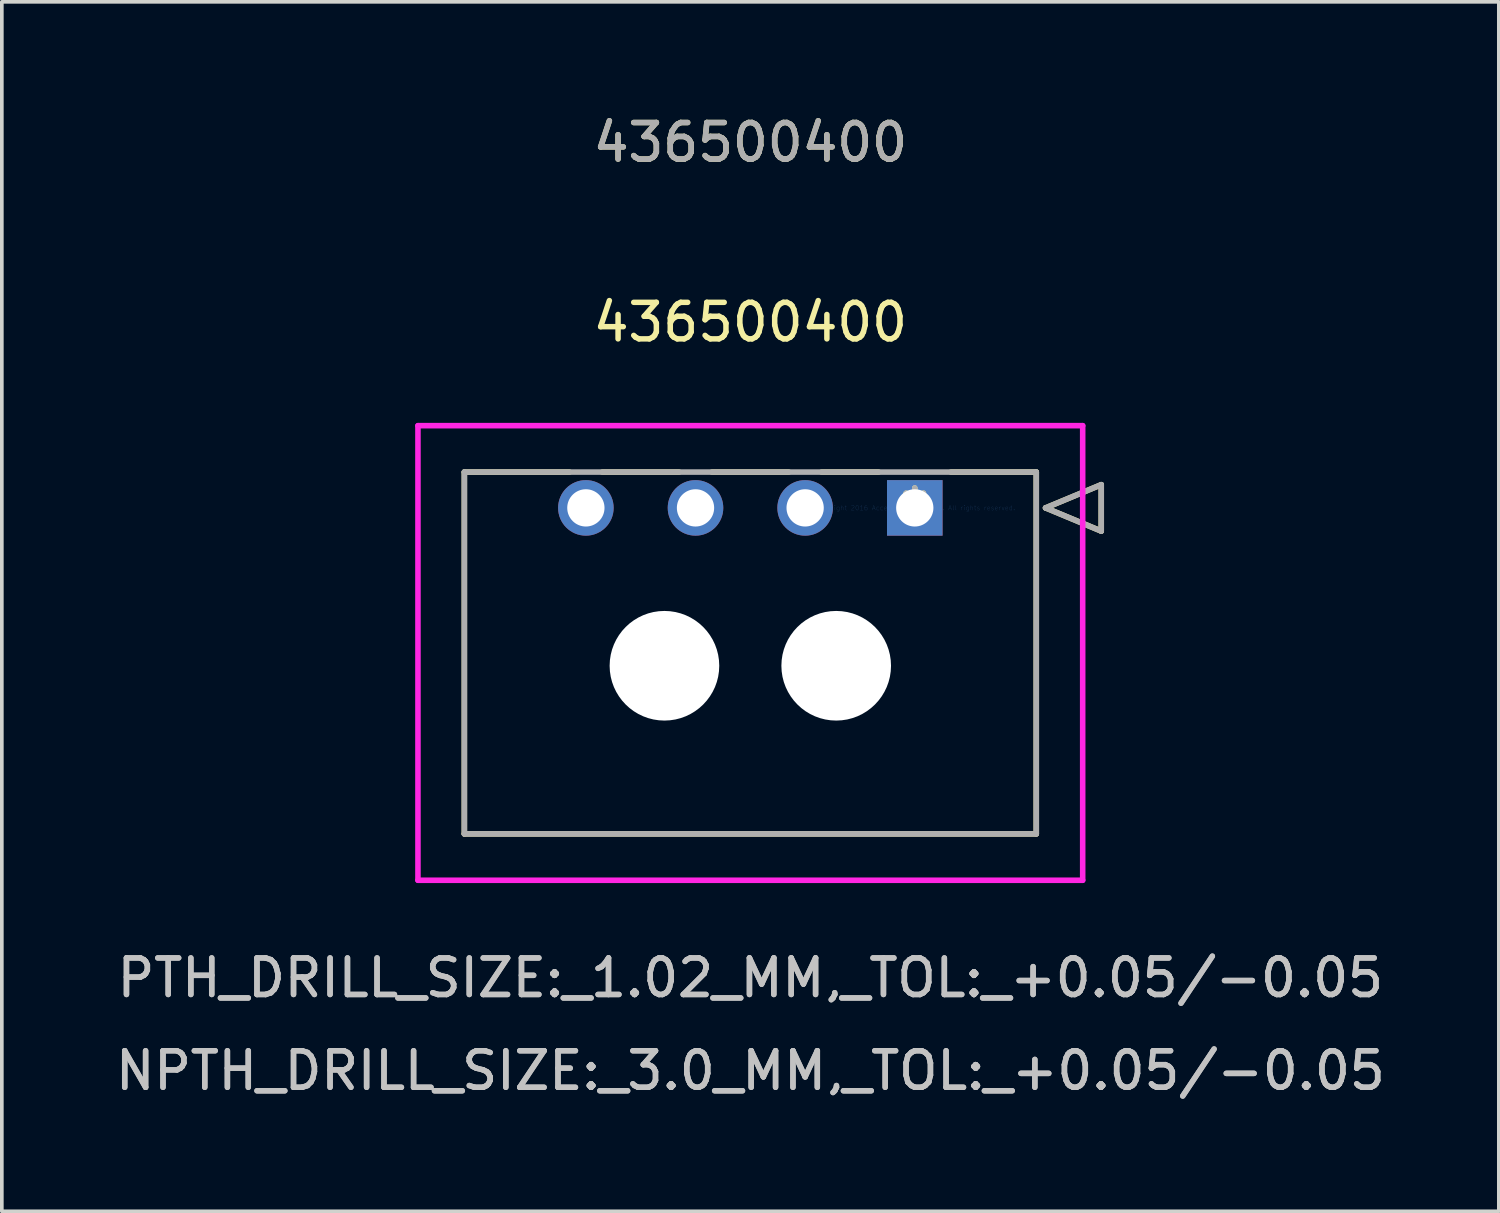
<source format=kicad_pcb>
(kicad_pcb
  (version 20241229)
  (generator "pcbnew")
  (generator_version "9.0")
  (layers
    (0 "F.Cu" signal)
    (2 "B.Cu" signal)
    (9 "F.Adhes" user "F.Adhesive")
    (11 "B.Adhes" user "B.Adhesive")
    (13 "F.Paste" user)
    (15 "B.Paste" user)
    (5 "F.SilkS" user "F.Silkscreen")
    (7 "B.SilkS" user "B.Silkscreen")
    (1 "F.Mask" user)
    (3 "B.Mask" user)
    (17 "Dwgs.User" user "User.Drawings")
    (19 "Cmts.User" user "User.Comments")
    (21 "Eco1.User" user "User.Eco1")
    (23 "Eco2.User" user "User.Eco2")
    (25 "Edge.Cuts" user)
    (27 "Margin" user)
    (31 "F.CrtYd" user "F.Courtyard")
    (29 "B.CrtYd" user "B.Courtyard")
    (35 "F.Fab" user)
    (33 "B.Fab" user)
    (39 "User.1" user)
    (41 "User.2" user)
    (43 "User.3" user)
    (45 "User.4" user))
  (footprint "436500400"
    (layer "F.Cu")
    (at 21.982 10.848)
    (property "Reference" "436500400" (at -4.5 -5.08 0) (layer "F.SilkS") (effects (font (size 1 1) (thickness 0.15))))
    (attr through_hole)
    (fp_line (start -12.325 -0.98) (end -12.325 8.92) (stroke (width 0.152) (type solid)) (layer "F.SilkS"))
    (fp_line (start -12.325 8.92) (end 3.325 8.92) (stroke (width 0.152) (type solid)) (layer "F.SilkS"))
    (fp_line (start -9.448 -0.98) (end -12.325 -0.98) (stroke (width 0.152) (type solid)) (layer "F.SilkS"))
    (fp_line (start -6.448 -0.98) (end -8.552 -0.98) (stroke (width 0.152) (type solid)) (layer "F.SilkS"))
    (fp_line (start -3.448 -0.98) (end -5.552 -0.98) (stroke (width 0.152) (type solid)) (layer "F.SilkS"))
    (fp_line (start -0.989 -0.98) (end -2.552 -0.98) (stroke (width 0.152) (type solid)) (layer "F.SilkS"))
    (fp_line (start 3.325 -0.98) (end 0.989 -0.98) (stroke (width 0.152) (type solid)) (layer "F.SilkS"))
    (fp_line (start 3.325 8.92) (end 3.325 -0.98) (stroke (width 0.152) (type solid)) (layer "F.SilkS"))
    (fp_line (start 3.579 0) (end 5.103 -0.635) (stroke (width 0.152) (type solid)) (layer "F.SilkS"))
    (fp_line (start 5.103 -0.635) (end 5.103 0.635) (stroke (width 0.152) (type solid)) (layer "F.SilkS"))
    (fp_line (start 5.103 0.635) (end 3.579 0) (stroke (width 0.152) (type solid)) (layer "F.SilkS"))
    (fp_line (start -13.595 -2.25) (end -13.595 10.19) (stroke (width 0.152) (type solid)) (layer "F.CrtYd"))
    (fp_line (start -13.595 10.19) (end 4.595 10.19) (stroke (width 0.152) (type solid)) (layer "F.CrtYd"))
    (fp_line (start 4.595 -2.25) (end -13.595 -2.25) (stroke (width 0.152) (type solid)) (layer "F.CrtYd"))
    (fp_line (start 4.595 10.19) (end 4.595 -2.25) (stroke (width 0.152) (type solid)) (layer "F.CrtYd"))
    (fp_line (start -12.325 -0.98) (end -12.325 8.92) (stroke (width 0.152) (type solid)) (layer "F.Fab"))
    (fp_line (start -12.325 8.92) (end 3.325 8.92) (stroke (width 0.152) (type solid)) (layer "F.Fab"))
    (fp_line (start 3.325 -0.98) (end -12.325 -0.98) (stroke (width 0.152) (type solid)) (layer "F.Fab"))
    (fp_line (start 3.325 8.92) (end 3.325 -0.98) (stroke (width 0.152) (type solid)) (layer "F.Fab"))
    (fp_line (start 3.579 0) (end 5.103 -0.635) (stroke (width 0.152) (type solid)) (layer "F.Fab"))
    (fp_line (start 5.103 -0.635) (end 5.103 0.635) (stroke (width 0.152) (type solid)) (layer "F.Fab"))
    (fp_line (start 5.103 0.635) (end 3.579 0) (stroke (width 0.152) (type solid)) (layer "F.Fab"))
    (fp_text user "436500400" (at -4.5 -10 0) (layer "F.SilkS") (effects (font (size 1 1) (thickness 0.15))))
    (fp_text user "*" (at 0 0 0) (layer "F.SilkS") (effects (font (size 1 1) (thickness 0.15))))
    (fp_text user "PTH_DRILL_SIZE:_1.02_MM,_TOL:_+0.05/-0.05" (at -4.5 12.86 0) (layer "Dwgs.User") (effects (font (size 1 1) (thickness 0.15))))
    (fp_text user "NPTH_DRILL_SIZE:_3.0_MM,_TOL:_+0.05/-0.05" (at -4.5 15.4 0) (layer "Dwgs.User") (effects (font (size 1 1) (thickness 0.15))))
    (fp_text user "NPTH_DRILL_SIZE:_3.0_MM,_TOL:_+0.05/-0.05" (at -4.5 15.4 0) (layer "Dwgs.User") (effects (font (size 1 1) (thickness 0.15))))
    (fp_text user "PTH_DRILL_SIZE:_1.02_MM,_TOL:_+0.05/-0.05" (at -4.5 12.86 0) (layer "Dwgs.User") (effects (font (size 1 1) (thickness 0.15))))
    (fp_text user "Copyright 2016 Accelerated Designs. All rights reserved." (at 0 0 0) (layer "Cmts.User") (effects (font (size 0.127 0.127) (thickness 0.002))))
    (fp_text user "436500400" (at -4.5 -10 0) (layer "F.Fab") (effects (font (size 1 1) (thickness 0.15))))
    (fp_text user "*" (at 0 0 0) (layer "F.Fab") (effects (font (size 1 1) (thickness 0.15))))
    (pad "" np_thru_hole circle (at -6.85 4.32) (size 3 3) (drill 3) (layers "*.Cu" "*.Mask"))
    (pad "" np_thru_hole circle (at -2.15 4.32) (size 3 3) (drill 3) (layers "*.Cu" "*.Mask"))
    (pad "1" thru_hole rect (at 0 0) (size 1.52 1.52) (drill 1.02) (layers "*.Cu" "*.Mask"))
    (pad "2" thru_hole circle (at -3 0) (size 1.52 1.52) (drill 1.02) (layers "*.Cu" "*.Mask"))
    (pad "3" thru_hole circle (at -6 0) (size 1.52 1.52) (drill 1.02) (layers "*.Cu" "*.Mask"))
    (pad "4" thru_hole circle (at -9 0) (size 1.52 1.52) (drill 1.02) (layers "*.Cu" "*.Mask")))
  (gr_rect
    (start -3 -3)
    (end 37.964 30.096)
    (stroke (width 0.1) (type default))
    (fill no)
    (layer "Edge.Cuts")))
</source>
